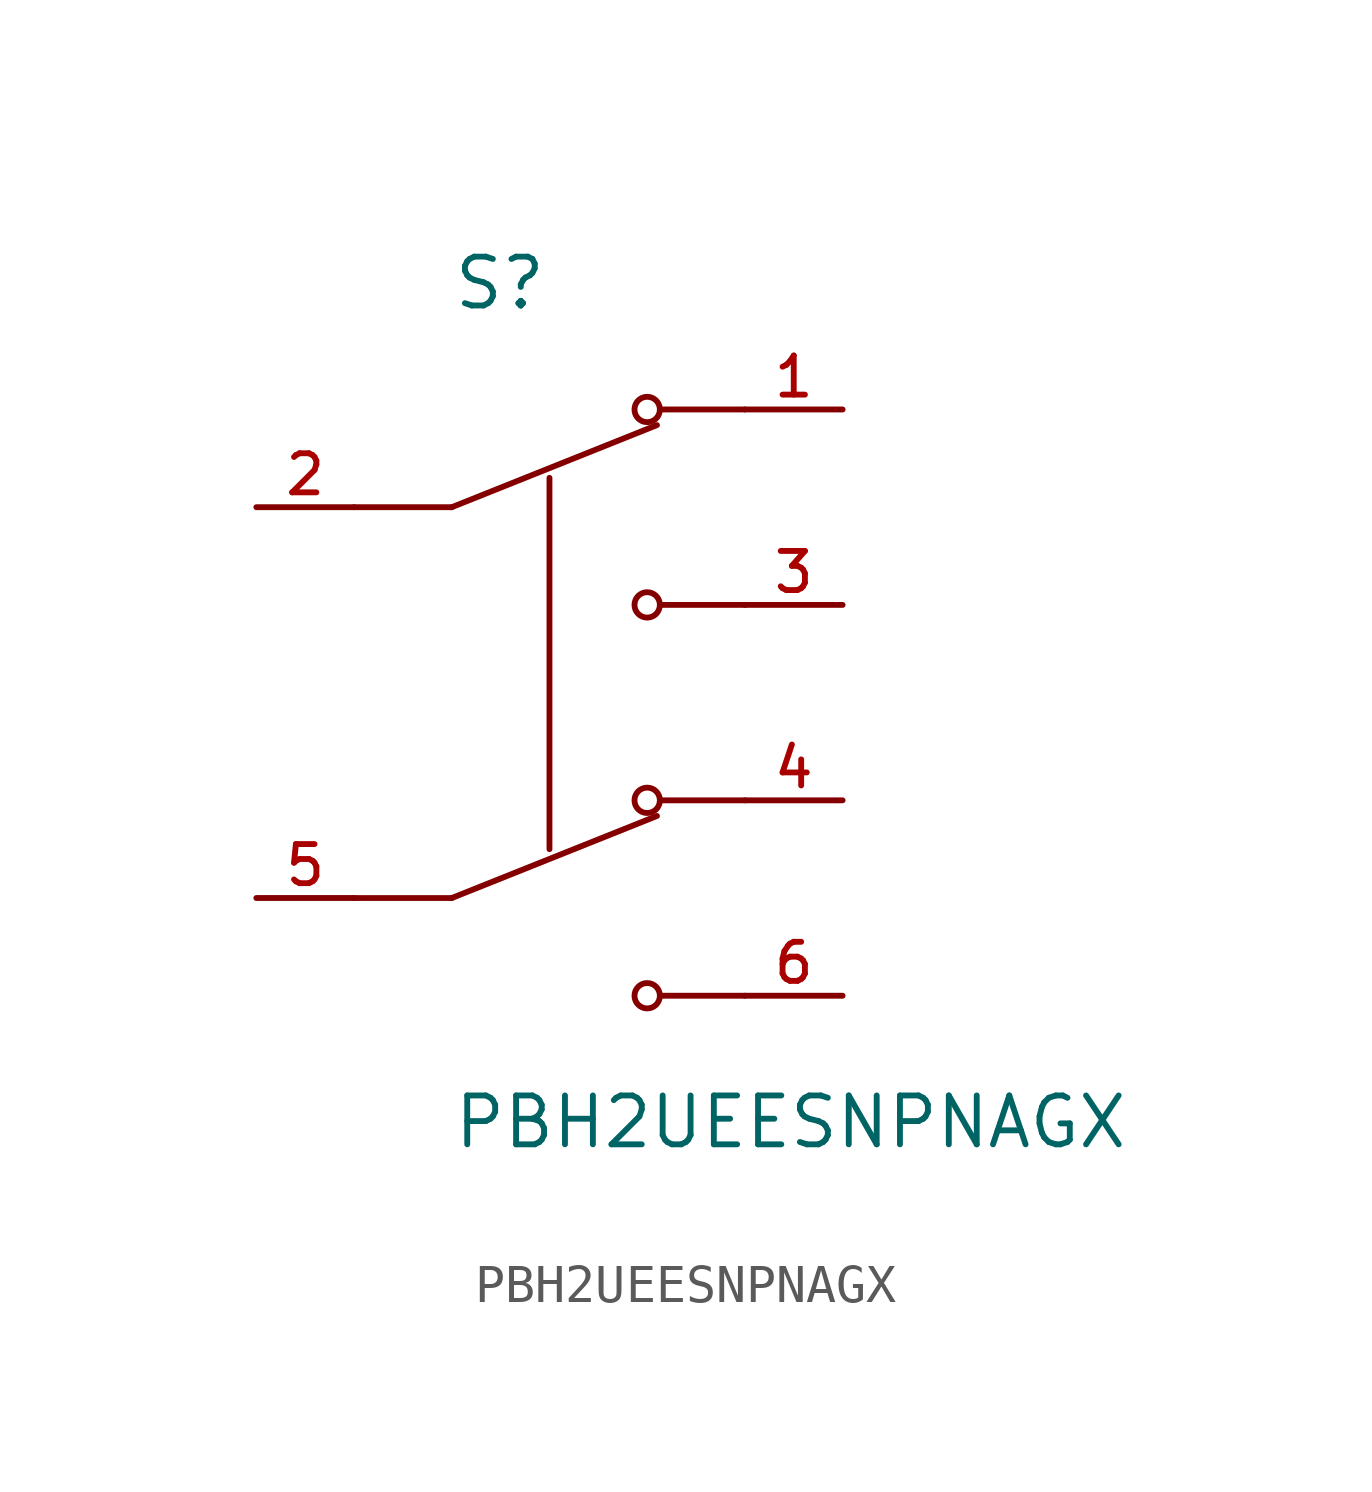
<source format=kicad_sym>
(kicad_symbol_lib
  (version 20211014)
  (generator kicad_symbol_editor)
  (symbol "PBH2UEESNPNAGX"
    (pin_names
      (offset 1.016))
    (property "Reference" "S"
      (at -2.54 10.16 0)
      (effects (font (size 1.27 1.27)) (justify bottom left)))
    (property "Value" "PBH2UEESNPNAGX"
      (at -2.54 -10.16 0.0)
      (effects (font (size 1.27 1.27)) (justify top left)))
    (symbol "PBH2UEESNPNAGX_0_0"
      (polyline (pts (xy -2.54 5.08) (xy 2.794 7.214)) (stroke (width 0.152)))
      (circle (center 2.54 7.62) (radius 0.33) (stroke (width 0.152)) (fill (type none)))
      (circle (center 2.54 2.54) (radius 0.33) (stroke (width 0.152)) (fill (type none)))
      (polyline (pts (xy 5.08 2.54) (xy 2.921 2.54)) (stroke (width 0.152)))
      (polyline (pts (xy 5.08 7.62) (xy 2.921 7.62)) (stroke (width 0.152)))
      (polyline (pts (xy -2.54 5.08) (xy -5.08 5.08)) (stroke (width 0.152)))
      (polyline (pts (xy -2.54 -5.08) (xy 2.794 -2.946)) (stroke (width 0.152)))
      (circle (center 2.54 -2.54) (radius 0.33) (stroke (width 0.152)) (fill (type none)))
      (circle (center 2.54 -7.62) (radius 0.33) (stroke (width 0.152)) (fill (type none)))
      (polyline (pts (xy 5.08 -7.62) (xy 2.921 -7.62)) (stroke (width 0.152)))
      (polyline (pts (xy 5.08 -2.54) (xy 2.921 -2.54)) (stroke (width 0.152)))
      (polyline (pts (xy -2.54 -5.08) (xy -5.08 -5.08)) (stroke (width 0.152)))
      (polyline (pts (xy 0.0 5.842) (xy 0.0 -3.81)) (stroke (width 0.152)))
      (pin passive line (at 7.62 7.62 180.0) (length 2.54) (name "~" (effects (font (size 1.016 1.016)))) (number "1" (effects (font (size 1.016 1.016)))))
      (pin passive line (at -7.62 5.08 0) (length 2.54) (name "~" (effects (font (size 1.016 1.016)))) (number "2" (effects (font (size 1.016 1.016)))))
      (pin passive line (at 7.62 2.54 180.0) (length 2.54) (name "~" (effects (font (size 1.016 1.016)))) (number "3" (effects (font (size 1.016 1.016)))))
      (pin passive line (at 7.62 -2.54 180.0) (length 2.54) (name "~" (effects (font (size 1.016 1.016)))) (number "4" (effects (font (size 1.016 1.016)))))
      (pin passive line (at -7.62 -5.08 0) (length 2.54) (name "~" (effects (font (size 1.016 1.016)))) (number "5" (effects (font (size 1.016 1.016)))))
      (pin passive line (at 7.62 -7.62 180.0) (length 2.54) (name "~" (effects (font (size 1.016 1.016)))) (number "6" (effects (font (size 1.016 1.016))))))))
</source>
